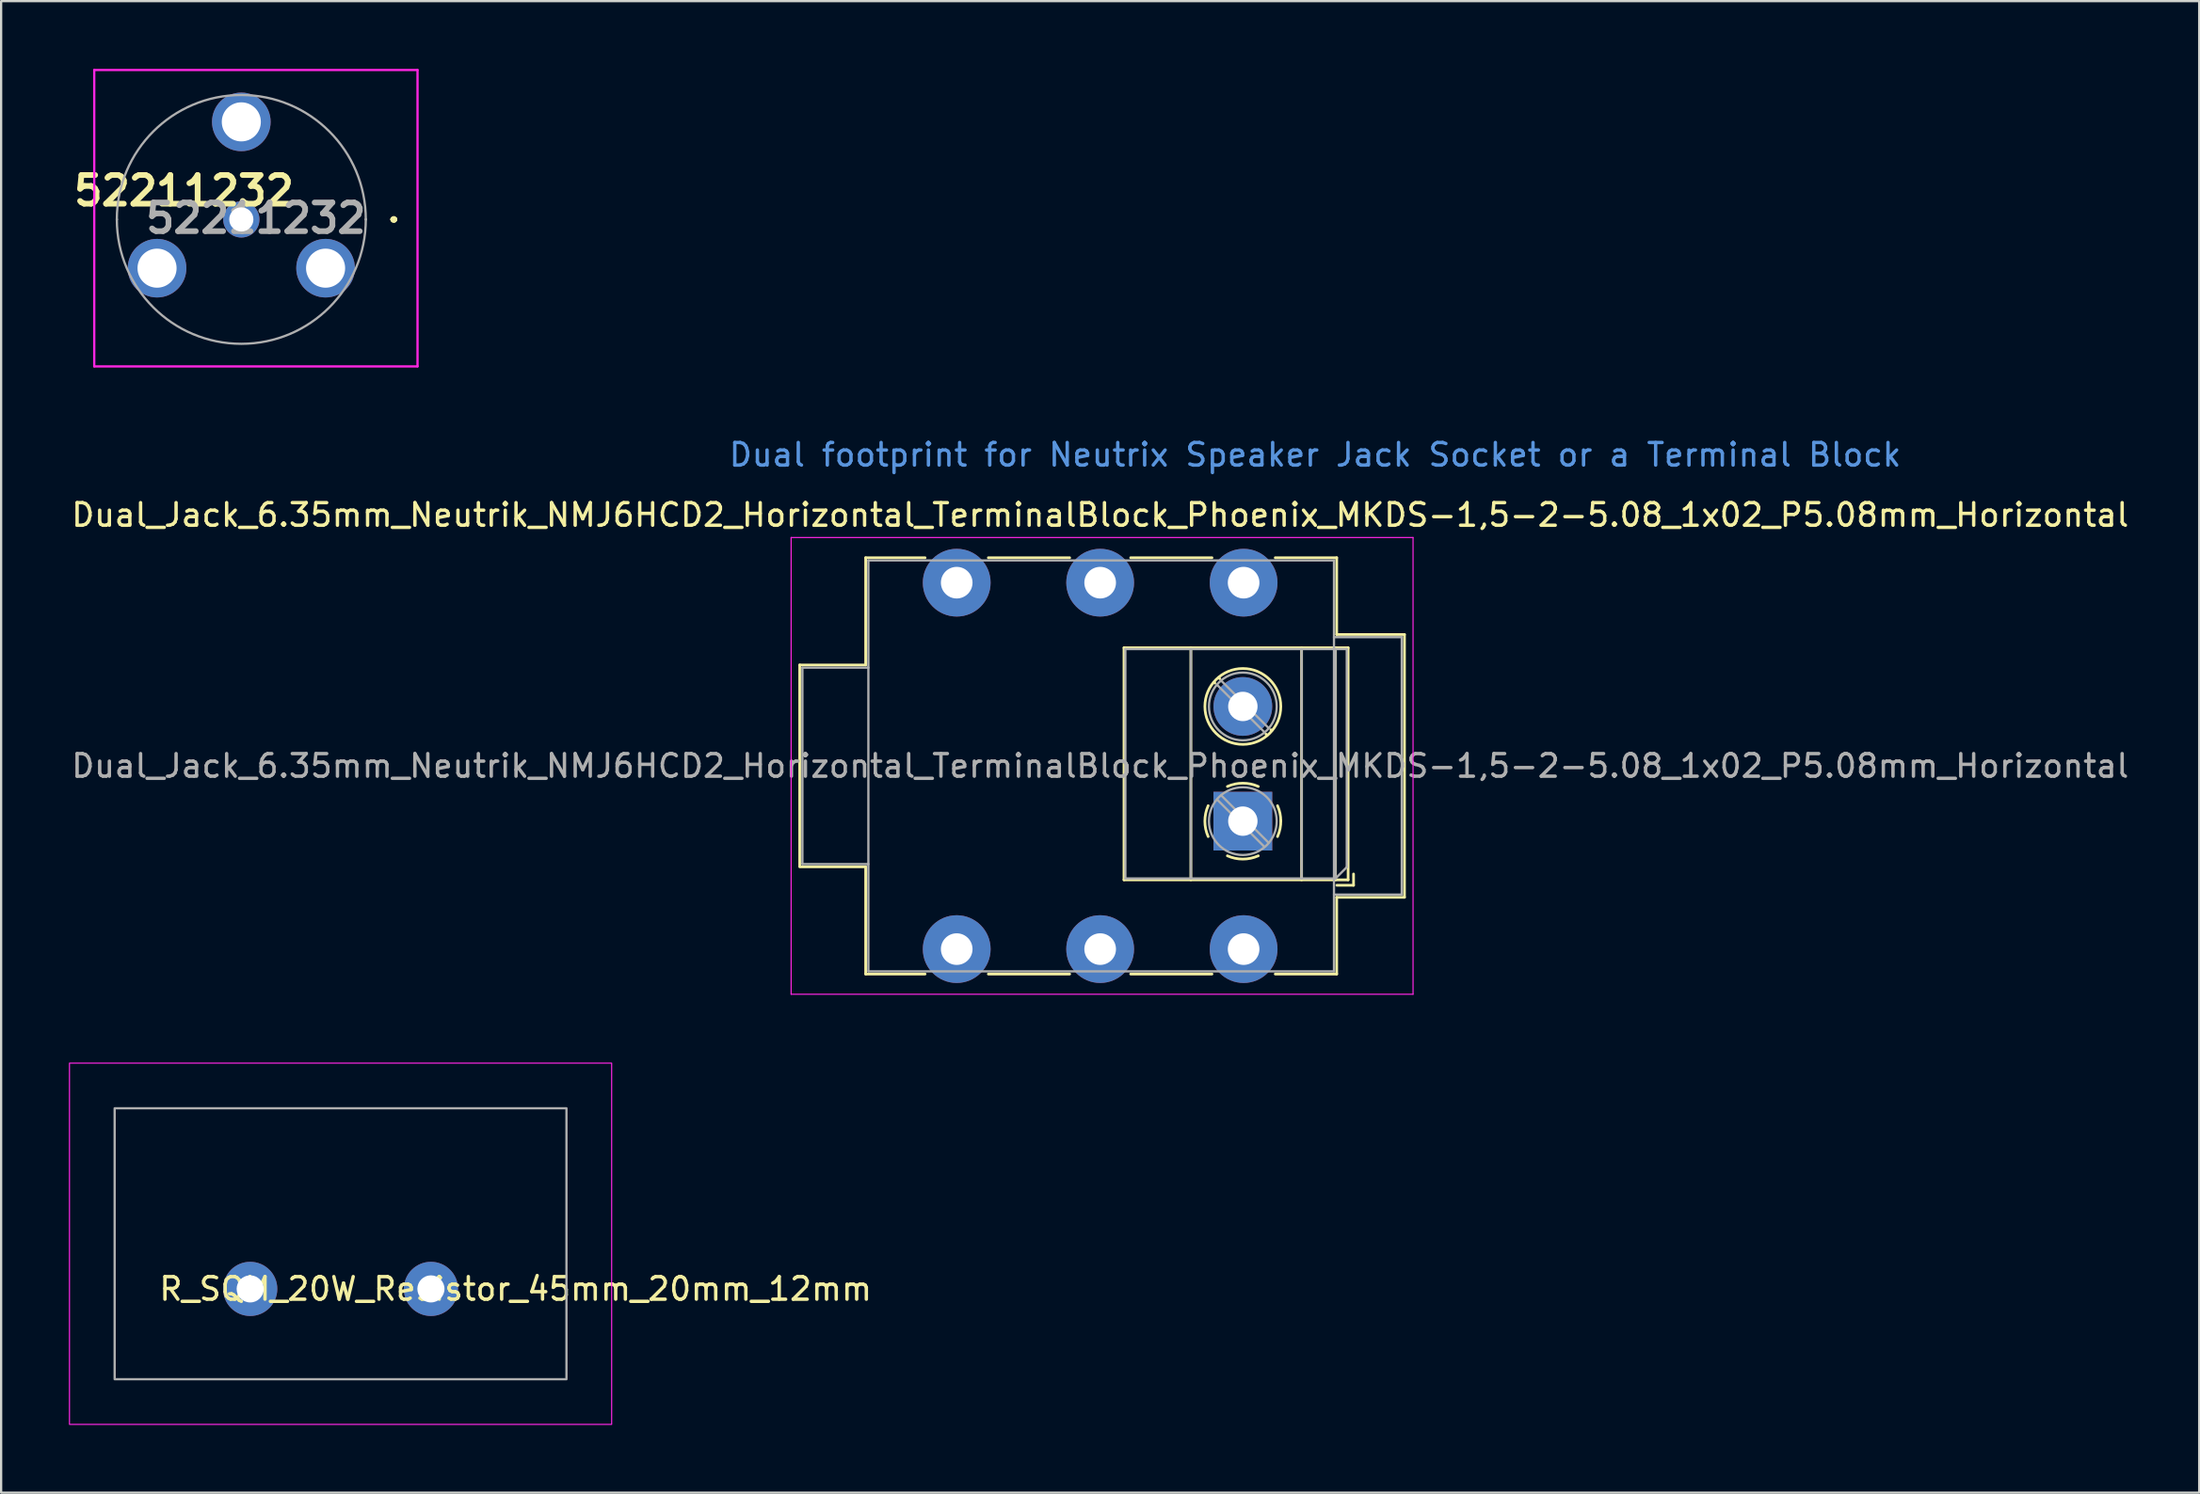
<source format=kicad_pcb>
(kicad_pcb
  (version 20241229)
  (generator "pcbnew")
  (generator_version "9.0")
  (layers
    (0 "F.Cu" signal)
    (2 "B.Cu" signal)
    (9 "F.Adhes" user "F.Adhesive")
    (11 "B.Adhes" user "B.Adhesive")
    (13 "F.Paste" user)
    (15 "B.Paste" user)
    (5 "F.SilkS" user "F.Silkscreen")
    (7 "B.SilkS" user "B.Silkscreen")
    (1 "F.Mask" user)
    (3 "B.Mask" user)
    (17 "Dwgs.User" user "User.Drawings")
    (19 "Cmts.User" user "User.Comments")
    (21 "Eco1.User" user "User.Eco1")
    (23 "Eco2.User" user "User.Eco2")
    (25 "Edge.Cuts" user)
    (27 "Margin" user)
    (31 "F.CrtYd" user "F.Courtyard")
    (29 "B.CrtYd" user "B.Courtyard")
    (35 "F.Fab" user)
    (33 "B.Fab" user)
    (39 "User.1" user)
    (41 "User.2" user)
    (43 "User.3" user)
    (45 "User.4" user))
  (footprint "Dual_Jack_6.35mm_Neutrik_NMJ6HCD2_Horizontal_TerminalBlock_Phoenix_MKDS-1,5-2-5.08_1x02_P5.08mm_Horizontal"
    (layer "F.Cu")
    (at 39.299 22.758)
    (property "Reference" "Dual_Jack_6.35mm_Neutrik_NMJ6HCD2_Horizontal_TerminalBlock_Phoenix_MKDS-1,5-2-5.08_1x02_P5.08mm_Horizontal" (at 6.35 -3 0) (layer "F.SilkS") (effects (font (size 1 1) (thickness 0.15))))
    (attr through_hole)
    (fp_line (start -6.95 3.645) (end -4.03 3.645) (stroke (width 0.12) (type solid)) (layer "F.SilkS"))
    (fp_line (start -6.95 12.545) (end -6.95 3.645) (stroke (width 0.12) (type solid)) (layer "F.SilkS"))
    (fp_line (start -6.95 12.585) (end -4.03 12.585) (stroke (width 0.12) (type solid)) (layer "F.SilkS"))
    (fp_line (start -4.03 -1.105) (end -1.4 -1.105) (stroke (width 0.12) (type solid)) (layer "F.SilkS"))
    (fp_line (start -4.03 3.645) (end -4.03 -1.105) (stroke (width 0.12) (type solid)) (layer "F.SilkS"))
    (fp_line (start -4.03 17.335) (end -4.03 12.585) (stroke (width 0.12) (type solid)) (layer "F.SilkS"))
    (fp_line (start -1.4 17.335) (end -4.03 17.335) (stroke (width 0.12) (type solid)) (layer "F.SilkS"))
    (fp_line (start 1.4 -1.105) (end 5 -1.105) (stroke (width 0.12) (type solid)) (layer "F.SilkS"))
    (fp_line (start 5 17.335) (end 1.4 17.335) (stroke (width 0.12) (type solid)) (layer "F.SilkS"))
    (fp_line (start 7.405 2.882) (end 17.326 2.882) (stroke (width 0.12) (type solid)) (layer "F.SilkS"))
    (fp_line (start 7.405 13.162) (end 7.405 2.882) (stroke (width 0.12) (type solid)) (layer "F.SilkS"))
    (fp_line (start 7.405 13.162) (end 17.326 13.162) (stroke (width 0.12) (type solid)) (layer "F.SilkS"))
    (fp_line (start 7.7 -1.105) (end 11.3 -1.105) (stroke (width 0.12) (type solid)) (layer "F.SilkS"))
    (fp_line (start 10.365 13.162) (end 10.365 2.882) (stroke (width 0.12) (type solid)) (layer "F.SilkS"))
    (fp_line (start 11.3 17.335) (end 7.7 17.335) (stroke (width 0.12) (type solid)) (layer "F.SilkS"))
    (fp_line (start 11.391 4.412) (end 11.427 4.447) (stroke (width 0.12) (type solid)) (layer "F.SilkS"))
    (fp_line (start 11.597 4.207) (end 11.643 4.254) (stroke (width 0.12) (type solid)) (layer "F.SilkS"))
    (fp_line (start 13.689 6.709) (end 13.735 6.756) (stroke (width 0.12) (type solid)) (layer "F.SilkS"))
    (fp_line (start 13.905 6.516) (end 13.94 6.551) (stroke (width 0.12) (type solid)) (layer "F.SilkS"))
    (fp_line (start 15.266 13.162) (end 15.266 2.882) (stroke (width 0.12) (type solid)) (layer "F.SilkS"))
    (fp_line (start 16.766 13.162) (end 16.766 2.882) (stroke (width 0.12) (type solid)) (layer "F.SilkS"))
    (fp_line (start 16.82 -1.105) (end 14.1 -1.105) (stroke (width 0.12) (type solid)) (layer "F.SilkS"))
    (fp_line (start 16.82 2.295) (end 16.82 -1.105) (stroke (width 0.12) (type solid)) (layer "F.SilkS"))
    (fp_line (start 16.82 2.295) (end 19.82 2.295) (stroke (width 0.12) (type solid)) (layer "F.SilkS"))
    (fp_line (start 16.82 13.935) (end 19.82 13.935) (stroke (width 0.12) (type solid)) (layer "F.SilkS"))
    (fp_line (start 16.82 17.335) (end 14.1 17.335) (stroke (width 0.12) (type solid)) (layer "F.SilkS"))
    (fp_line (start 16.82 17.335) (end 16.82 13.935) (stroke (width 0.12) (type solid)) (layer "F.SilkS"))
    (fp_line (start 16.826 13.402) (end 17.566 13.402) (stroke (width 0.12) (type solid)) (layer "F.SilkS"))
    (fp_line (start 17.326 13.162) (end 17.326 2.882) (stroke (width 0.12) (type solid)) (layer "F.SilkS"))
    (fp_line (start 17.566 13.402) (end 17.566 12.902) (stroke (width 0.12) (type solid)) (layer "F.SilkS"))
    (fp_line (start 19.82 13.935) (end 19.82 2.295) (stroke (width 0.12) (type solid)) (layer "F.SilkS"))
    (fp_arc (start 11.130573 11.245042) (mid 10.985499 10.561476) (end 11.131 9.878) (stroke (width 0.12) (type solid)) (layer "F.SilkS"))
    (fp_arc (start 11.982958 9.026573) (mid 12.666524 8.881499) (end 13.35 9.027) (stroke (width 0.12) (type solid)) (layer "F.SilkS"))
    (fp_arc (start 13.349042 12.097427) (mid 12.665476 12.242501) (end 11.982 12.097) (stroke (width 0.12) (type solid)) (layer "F.SilkS"))
    (fp_arc (start 14.200756 9.878682) (mid 14.309288 10.212708) (end 14.346 10.562) (stroke (width 0.12) (type solid)) (layer "F.SilkS"))
    (fp_arc (start 14.346253 10.533195) (mid 14.312659 10.897551) (end 14.201 11.246) (stroke (width 0.12) (type solid)) (layer "F.SilkS"))
    (fp_circle (center 12.666 5.482) (end 12.666 3.802) (stroke (width 0.12) (type solid)) (fill no) (layer "F.SilkS"))
    (fp_line (start -7.33 18.23) (end -7.33 -2) (stroke (width 0.05) (type solid)) (layer "F.CrtYd"))
    (fp_line (start -7.33 18.23) (end 20.2 18.23) (stroke (width 0.05) (type solid)) (layer "F.CrtYd"))
    (fp_line (start 20.2 -2) (end -7.33 -2) (stroke (width 0.05) (type solid)) (layer "F.CrtYd"))
    (fp_line (start 20.2 18.23) (end 20.2 -2) (stroke (width 0.05) (type solid)) (layer "F.CrtYd"))
    (fp_line (start -6.83 3.765) (end -3.91 3.765) (stroke (width 0.1) (type solid)) (layer "F.Fab"))
    (fp_line (start -6.83 12.465) (end -6.83 3.765) (stroke (width 0.1) (type solid)) (layer "F.Fab"))
    (fp_line (start -6.83 12.465) (end -3.91 12.465) (stroke (width 0.1) (type solid)) (layer "F.Fab"))
    (fp_line (start -3.91 17.215) (end -3.91 -0.985) (stroke (width 0.1) (type solid)) (layer "F.Fab"))
    (fp_line (start 7.466 2.942) (end 17.266 2.942) (stroke (width 0.1) (type solid)) (layer "F.Fab"))
    (fp_line (start 7.466 13.102) (end 7.466 2.942) (stroke (width 0.1) (type solid)) (layer "F.Fab"))
    (fp_line (start 10.366 13.102) (end 10.366 2.942) (stroke (width 0.1) (type solid)) (layer "F.Fab"))
    (fp_line (start 11.528 4.527) (end 13.621 6.619) (stroke (width 0.1) (type solid)) (layer "F.Fab"))
    (fp_line (start 11.528 9.607) (end 13.621 11.7) (stroke (width 0.1) (type solid)) (layer "F.Fab"))
    (fp_line (start 11.711 4.344) (end 13.804 6.436) (stroke (width 0.1) (type solid)) (layer "F.Fab"))
    (fp_line (start 11.711 9.424) (end 13.804 11.517) (stroke (width 0.1) (type solid)) (layer "F.Fab"))
    (fp_line (start 15.266 13.102) (end 15.266 2.942) (stroke (width 0.1) (type solid)) (layer "F.Fab"))
    (fp_line (start 16.7 -0.985) (end -3.91 -0.985) (stroke (width 0.1) (type solid)) (layer "F.Fab"))
    (fp_line (start 16.7 17.215) (end -3.91 17.215) (stroke (width 0.1) (type solid)) (layer "F.Fab"))
    (fp_line (start 16.7 17.215) (end 16.7 -0.985) (stroke (width 0.1) (type solid)) (layer "F.Fab"))
    (fp_line (start 16.766 13.102) (end 7.466 13.102) (stroke (width 0.1) (type solid)) (layer "F.Fab"))
    (fp_line (start 16.766 13.102) (end 16.766 2.942) (stroke (width 0.1) (type solid)) (layer "F.Fab"))
    (fp_line (start 17.266 2.942) (end 17.266 12.602) (stroke (width 0.1) (type solid)) (layer "F.Fab"))
    (fp_line (start 17.266 12.602) (end 16.766 13.102) (stroke (width 0.1) (type solid)) (layer "F.Fab"))
    (fp_line (start 19.7 2.415) (end 16.7 2.415) (stroke (width 0.1) (type solid)) (layer "F.Fab"))
    (fp_line (start 19.7 13.815) (end 16.7 13.815) (stroke (width 0.1) (type solid)) (layer "F.Fab"))
    (fp_line (start 19.7 13.815) (end 19.7 2.415) (stroke (width 0.1) (type solid)) (layer "F.Fab"))
    (fp_circle (center 12.666 5.482) (end 12.666 3.982) (stroke (width 0.1) (type solid)) (fill no) (layer "F.Fab"))
    (fp_circle (center 12.666 10.562) (end 12.666 9.062) (stroke (width 0.1) (type solid)) (fill no) (layer "F.Fab"))
    (fp_text user "Dual footprint for Neutrix Speaker Jack Socket or a Terminal Block" (at -10.16 -5.08 0) (unlocked yes) (layer "Cmts.User") (effects (font (size 1 1) (thickness 0.15)) (justify left bottom)))
    (fp_text user "${REFERENCE}" (at 6.35 8.115 0) (layer "F.Fab") (effects (font (size 1 1) (thickness 0.15))))
    (pad "R" thru_hole circle (at 6.35 0) (size 3 3) (drill 1.4) (layers "*.Cu" "*.Mask"))
    (pad "RN" thru_hole circle (at 6.35 16.23) (size 3 3) (drill 1.4) (layers "*.Cu" "*.Mask"))
    (pad "S" thru_hole circle (at 12.7 0) (size 3 3) (drill 1.4) (layers "*.Cu" "*.Mask"))
    (pad "S2" thru_hole rect (at 12.666 10.562 90) (size 2.6 2.6) (drill 1.3) (layers "*.Cu" "*.Mask"))
    (pad "SN" thru_hole circle (at 12.7 16.23) (size 3 3) (drill 1.4) (layers "*.Cu" "*.Mask"))
    (pad "T" thru_hole circle (at 0 0) (size 3 3) (drill 1.4) (layers "*.Cu" "*.Mask"))
    (pad "T2" thru_hole circle (at 12.666 5.482 180) (size 2.6 2.6) (drill 1.3) (layers "*.Cu" "*.Mask"))
    (pad "TN" thru_hole circle (at 0 16.23) (size 3 3) (drill 1.4) (layers "*.Cu" "*.Mask")))
  (footprint "52211232"
    (layer "F.Cu")
    (at 7.632 6.668)
    (property "Reference" "52211232" (at -2.54 -1.27 0) (layer "F.SilkS") (effects (font (size 1.27 1.27) (thickness 0.254))))
    (attr through_hole)
    (fp_line (start 6.7 0) (end 6.7 0) (stroke (width 0.2) (type solid)) (layer "F.SilkS"))
    (fp_line (start 6.7 0) (end 6.7 0) (stroke (width 0.2) (type solid)) (layer "F.SilkS"))
    (fp_line (start 6.8 0) (end 6.8 0) (stroke (width 0.2) (type solid)) (layer "F.SilkS"))
    (fp_arc (start 6.7 0) (mid 6.75 -0.05) (end 6.8 0) (stroke (width 0.2) (type solid)) (layer "F.SilkS"))
    (fp_arc (start 6.8 0) (mid 6.75 0.05) (end 6.7 0) (stroke (width 0.2) (type solid)) (layer "F.SilkS"))
    (fp_arc (start 6.8 0) (mid 6.75 0.05) (end 6.7 0) (stroke (width 0.2) (type solid)) (layer "F.SilkS"))
    (fp_line (start -6.51 -6.618) (end 7.8 -6.618) (stroke (width 0.1) (type solid)) (layer "F.CrtYd"))
    (fp_line (start -6.51 6.51) (end -6.51 -6.618) (stroke (width 0.1) (type solid)) (layer "F.CrtYd"))
    (fp_line (start 7.8 -6.618) (end 7.8 6.51) (stroke (width 0.1) (type solid)) (layer "F.CrtYd"))
    (fp_line (start 7.8 6.51) (end -6.51 6.51) (stroke (width 0.1) (type solid)) (layer "F.CrtYd"))
    (fp_line (start -5.51 0) (end -5.51 0) (stroke (width 0.1) (type solid)) (layer "F.Fab"))
    (fp_line (start 5.51 0) (end 5.51 0) (stroke (width 0.1) (type solid)) (layer "F.Fab"))
    (fp_arc (start -5.51 0) (mid 0 -5.51) (end 5.51 0) (stroke (width 0.1) (type solid)) (layer "F.Fab"))
    (fp_arc (start 5.51 0) (mid 0 5.51) (end -5.51 0) (stroke (width 0.1) (type solid)) (layer "F.Fab"))
    (fp_text user "${REFERENCE}" (at 0.645 -0.054 0) (layer "F.Fab") (effects (font (size 1.27 1.27) (thickness 0.254))))
    (pad "1" thru_hole circle (at 0 0) (size 1.605 1.605) (drill 1.07) (layers "*.Cu" "*.Mask"))
    (pad "2" thru_hole circle (at 0 -4.32) (size 2.595 2.595) (drill 1.73) (layers "*.Cu" "*.Mask"))
    (pad "3" thru_hole circle (at 3.73 2.16) (size 2.595 2.595) (drill 1.73) (layers "*.Cu" "*.Mask"))
    (pad "4" thru_hole circle (at -3.73 2.16) (size 2.595 2.595) (drill 1.73) (layers "*.Cu" "*.Mask")))
  (footprint "R_SQM_20W_Resistor_45mm_20mm_12mm"
    (layer "F.Cu")
    (at 22.025 58.038)
    (property "Reference" "R_SQM_20W_Resistor_45mm_20mm_12mm" (at -2.25 -4 180) (layer "F.SilkS") (effects (font (size 1 1) (thickness 0.15))))
    (attr through_hole)
    (fp_rect (start -22 -14) (end 2 2) (stroke (width 0.05) (type default)) (fill no) (layer "F.CrtYd"))
    (fp_rect (start -20 -12) (end 0 0) (stroke (width 0.1) (type default)) (fill no) (layer "F.Fab"))
    (pad "1" thru_hole circle (at -14 -4) (size 2.4 2.4) (drill 1.2) (layers "*.Cu" "*.Mask"))
    (pad "2" thru_hole oval (at -6 -4) (size 2.4 2.4) (drill 1.2) (layers "*.Cu" "*.Mask")))
  (gr_rect
    (start -3 -3)
    (end 94.298 63.063)
    (stroke (width 0.1) (type default))
    (fill no)
    (layer "Edge.Cuts")))
</source>
